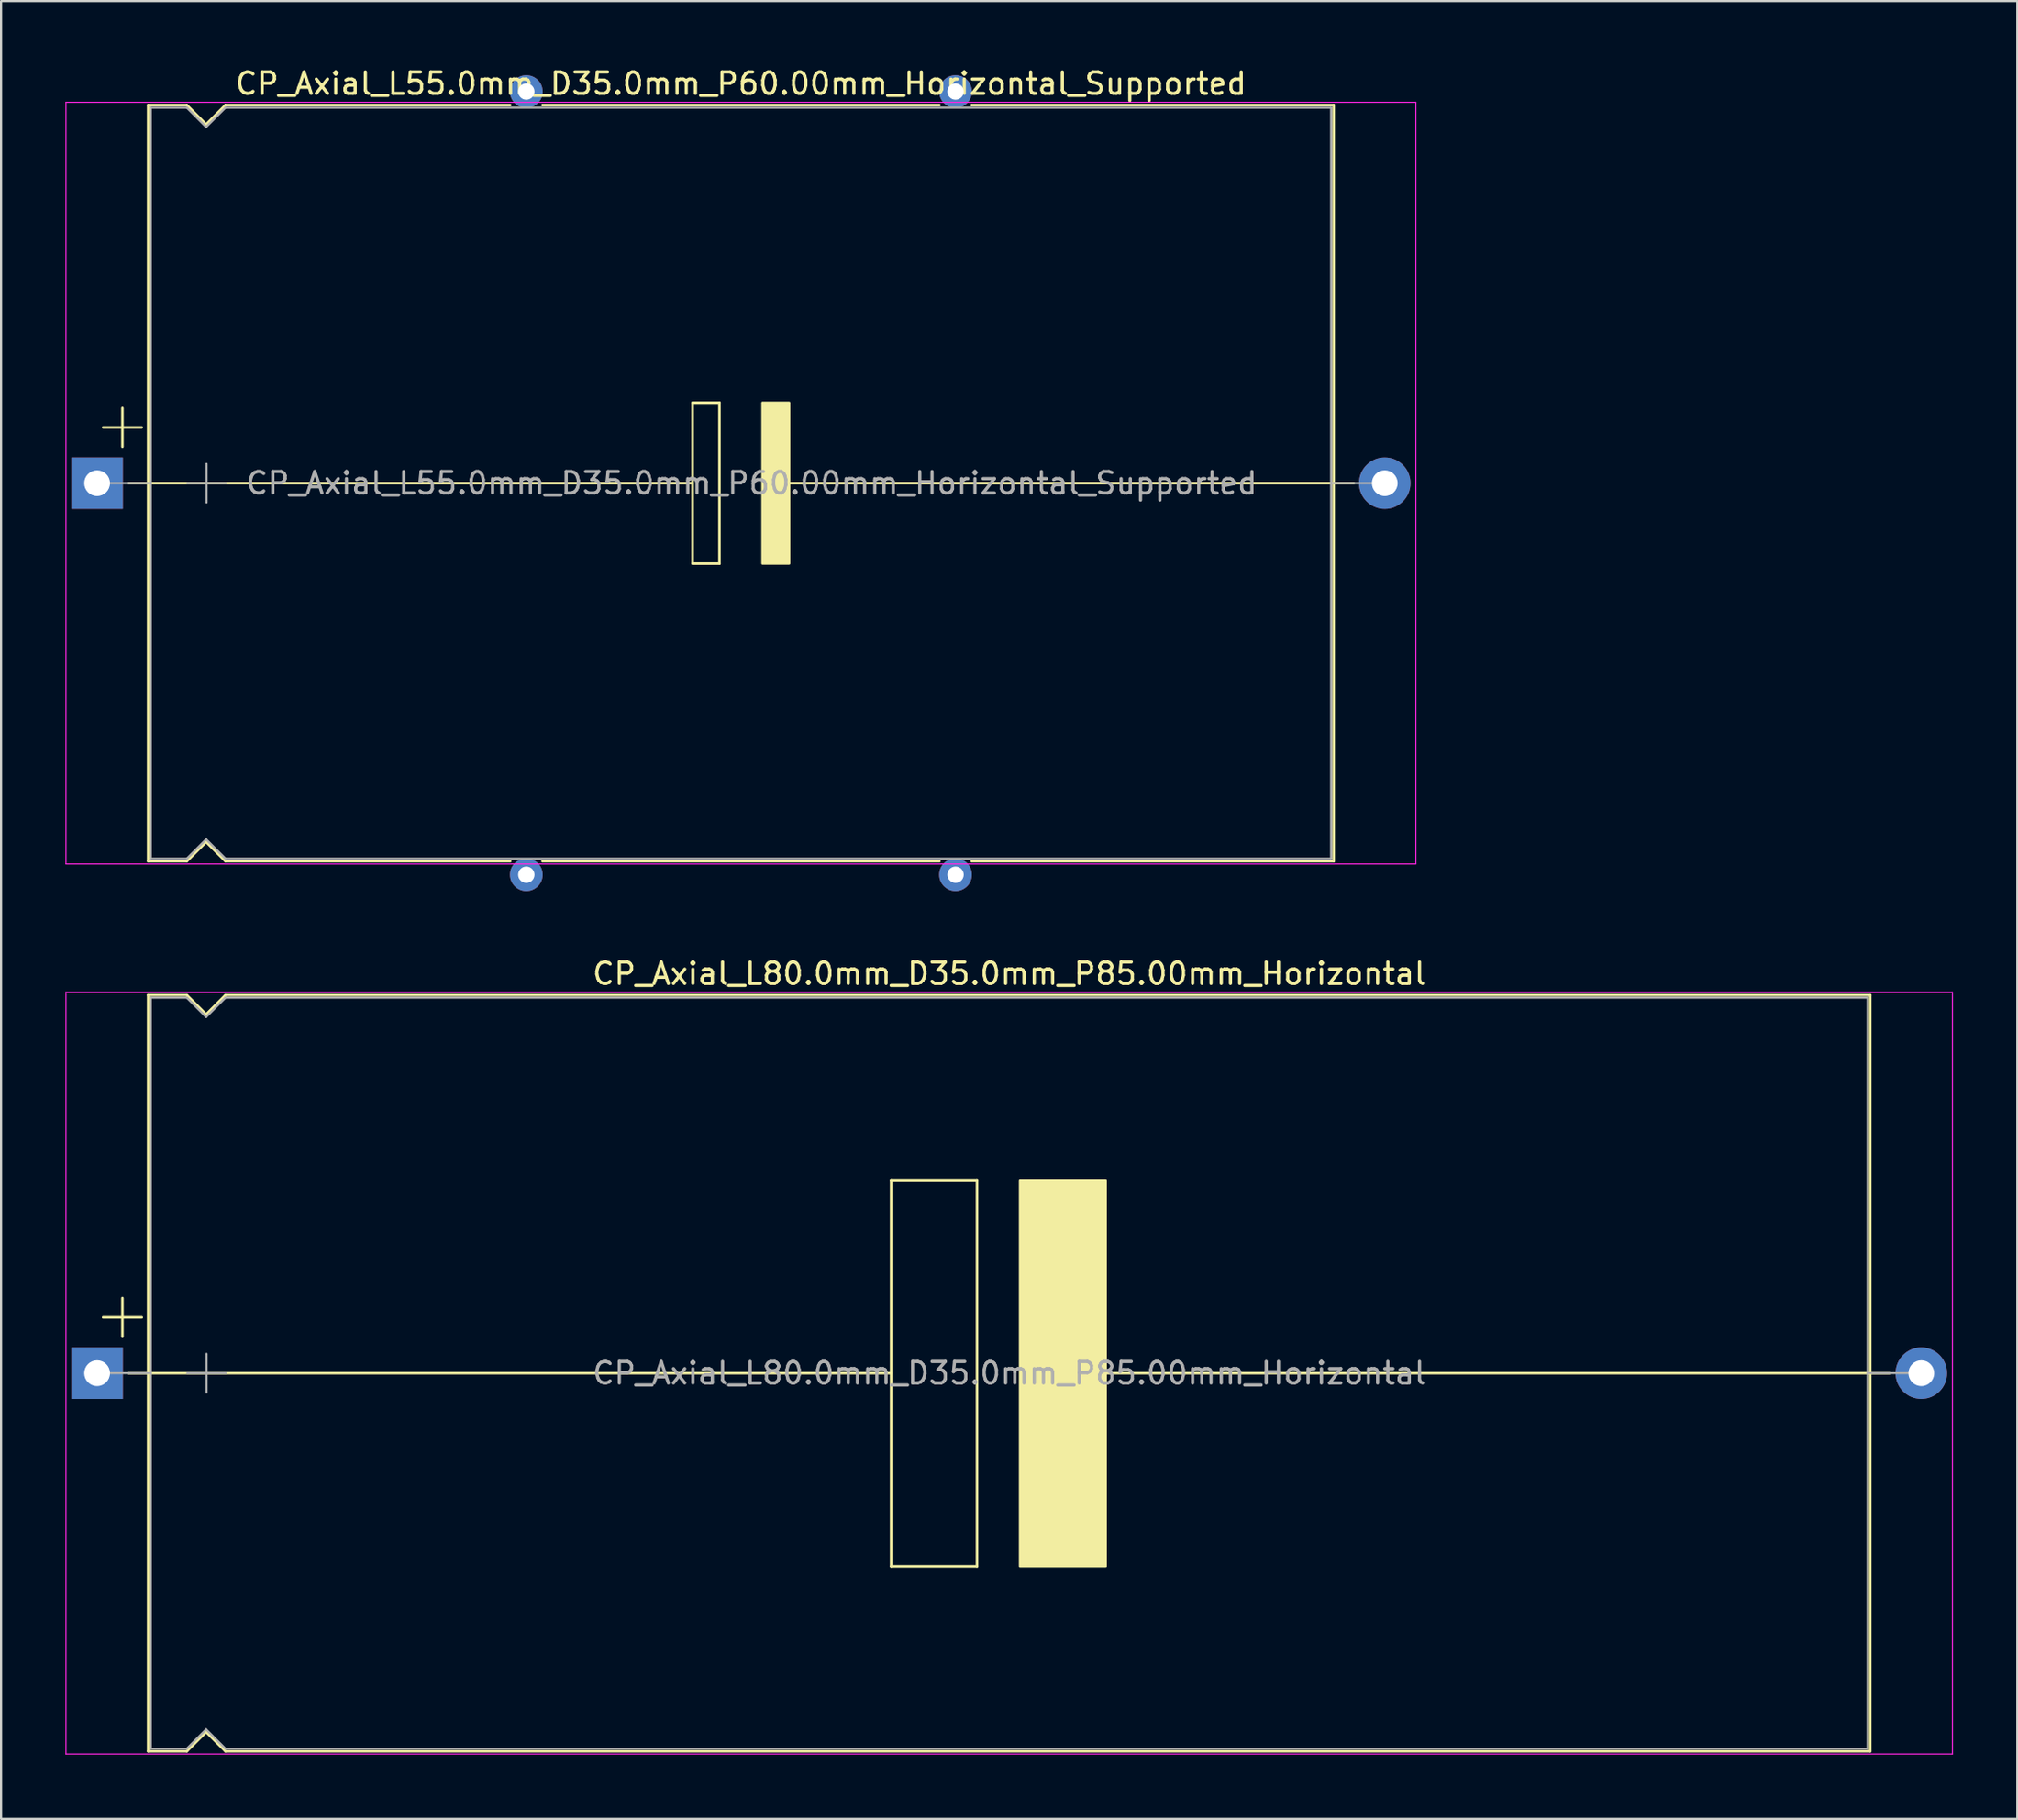
<source format=kicad_pcb>
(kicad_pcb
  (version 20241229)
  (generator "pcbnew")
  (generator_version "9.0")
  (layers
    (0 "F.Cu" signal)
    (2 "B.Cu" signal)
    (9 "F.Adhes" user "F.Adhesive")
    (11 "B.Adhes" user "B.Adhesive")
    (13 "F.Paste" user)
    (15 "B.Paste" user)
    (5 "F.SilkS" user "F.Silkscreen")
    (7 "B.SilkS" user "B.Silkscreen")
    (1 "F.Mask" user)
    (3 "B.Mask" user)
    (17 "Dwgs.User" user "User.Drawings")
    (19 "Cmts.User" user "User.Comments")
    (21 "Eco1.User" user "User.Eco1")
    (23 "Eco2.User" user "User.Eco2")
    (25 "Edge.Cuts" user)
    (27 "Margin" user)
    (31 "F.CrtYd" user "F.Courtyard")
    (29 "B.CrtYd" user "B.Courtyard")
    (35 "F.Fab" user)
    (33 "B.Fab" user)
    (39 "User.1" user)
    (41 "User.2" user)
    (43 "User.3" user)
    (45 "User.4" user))
  (footprint "CP_Axial_L80.0mm_D35.0mm_P85.00mm_Horizontal"
    (layer "F.Cu")
    (at 1.475 60.949)
    (property "Reference" "CP_Axial_L80.0mm_D35.0mm_P85.00mm_Horizontal" (at 42.5 -18.62 0) (layer "F.SilkS") (effects (font (size 1 1) (thickness 0.15))))
    (attr through_hole)
    (fp_line (start 0.28 -2.6) (end 2.08 -2.6) (stroke (width 0.12) (type solid)) (layer "F.SilkS"))
    (fp_line (start 1.18 -3.5) (end 1.18 -1.7) (stroke (width 0.12) (type solid)) (layer "F.SilkS"))
    (fp_line (start 1.44 0) (end 2.38 0) (stroke (width 0.12) (type solid)) (layer "F.SilkS"))
    (fp_line (start 2.38 -17.62) (end 2.38 17.62) (stroke (width 0.12) (type solid)) (layer "F.SilkS"))
    (fp_line (start 2.38 -17.62) (end 4.18 -17.62) (stroke (width 0.12) (type solid)) (layer "F.SilkS"))
    (fp_line (start 2.38 0) (end 37 0) (stroke (width 0.12) (type solid)) (layer "F.SilkS"))
    (fp_line (start 2.38 17.62) (end 4.18 17.62) (stroke (width 0.12) (type solid)) (layer "F.SilkS"))
    (fp_line (start 4.18 -17.62) (end 5.08 -16.72) (stroke (width 0.12) (type solid)) (layer "F.SilkS"))
    (fp_line (start 4.18 17.62) (end 5.08 16.72) (stroke (width 0.12) (type solid)) (layer "F.SilkS"))
    (fp_line (start 5.08 -16.72) (end 5.98 -17.62) (stroke (width 0.12) (type solid)) (layer "F.SilkS"))
    (fp_line (start 5.08 16.72) (end 5.98 17.62) (stroke (width 0.12) (type solid)) (layer "F.SilkS"))
    (fp_line (start 5.98 -17.62) (end 82.62 -17.62) (stroke (width 0.12) (type solid)) (layer "F.SilkS"))
    (fp_line (start 5.98 17.62) (end 82.62 17.62) (stroke (width 0.12) (type solid)) (layer "F.SilkS"))
    (fp_line (start 37 -9) (end 41 -9) (stroke (width 0.12) (type solid)) (layer "F.SilkS"))
    (fp_line (start 37 9) (end 37 -9) (stroke (width 0.12) (type solid)) (layer "F.SilkS"))
    (fp_line (start 41 -9) (end 41 9) (stroke (width 0.12) (type solid)) (layer "F.SilkS"))
    (fp_line (start 41 9) (end 37 9) (stroke (width 0.12) (type solid)) (layer "F.SilkS"))
    (fp_line (start 47 0) (end 82.62 0) (stroke (width 0.12) (type solid)) (layer "F.SilkS"))
    (fp_line (start 82.62 -17.62) (end 82.62 17.62) (stroke (width 0.12) (type solid)) (layer "F.SilkS"))
    (fp_line (start 83.56 0) (end 82.62 0) (stroke (width 0.12) (type solid)) (layer "F.SilkS"))
    (fp_poly (pts (xy 47 9) (xy 43 9) (xy 43 -9) (xy 47 -9)) (stroke (width 0.1) (type solid)) (fill yes) (layer "F.SilkS"))
    (fp_line (start -1.45 -17.75) (end -1.45 17.75) (stroke (width 0.05) (type solid)) (layer "F.CrtYd"))
    (fp_line (start -1.45 17.75) (end 86.45 17.75) (stroke (width 0.05) (type solid)) (layer "F.CrtYd"))
    (fp_line (start 86.45 -17.75) (end -1.45 -17.75) (stroke (width 0.05) (type solid)) (layer "F.CrtYd"))
    (fp_line (start 86.45 17.75) (end 86.45 -17.75) (stroke (width 0.05) (type solid)) (layer "F.CrtYd"))
    (fp_line (start 0 0) (end 2.5 0) (stroke (width 0.1) (type solid)) (layer "F.Fab"))
    (fp_line (start 2.5 -17.5) (end 2.5 17.5) (stroke (width 0.1) (type solid)) (layer "F.Fab"))
    (fp_line (start 2.5 -17.5) (end 4.18 -17.5) (stroke (width 0.1) (type solid)) (layer "F.Fab"))
    (fp_line (start 2.5 17.5) (end 4.18 17.5) (stroke (width 0.1) (type solid)) (layer "F.Fab"))
    (fp_line (start 4.18 -17.5) (end 5.08 -16.6) (stroke (width 0.1) (type solid)) (layer "F.Fab"))
    (fp_line (start 4.18 17.5) (end 5.08 16.6) (stroke (width 0.1) (type solid)) (layer "F.Fab"))
    (fp_line (start 4.2 0) (end 6 0) (stroke (width 0.1) (type solid)) (layer "F.Fab"))
    (fp_line (start 5.08 -16.6) (end 5.98 -17.5) (stroke (width 0.1) (type solid)) (layer "F.Fab"))
    (fp_line (start 5.08 16.6) (end 5.98 17.5) (stroke (width 0.1) (type solid)) (layer "F.Fab"))
    (fp_line (start 5.1 -0.9) (end 5.1 0.9) (stroke (width 0.1) (type solid)) (layer "F.Fab"))
    (fp_line (start 5.98 -17.5) (end 82.5 -17.5) (stroke (width 0.1) (type solid)) (layer "F.Fab"))
    (fp_line (start 5.98 17.5) (end 82.5 17.5) (stroke (width 0.1) (type solid)) (layer "F.Fab"))
    (fp_line (start 82.5 -17.5) (end 82.5 17.5) (stroke (width 0.1) (type solid)) (layer "F.Fab"))
    (fp_line (start 85 0) (end 82.5 0) (stroke (width 0.1) (type solid)) (layer "F.Fab"))
    (fp_text user "${REFERENCE}" (at 42.5 0 0) (layer "F.Fab") (effects (font (size 1 1) (thickness 0.15))))
    (pad "1" thru_hole rect (at 0 0) (size 2.4 2.4) (drill 1.2) (layers "*.Cu" "*.Mask"))
    (pad "2" thru_hole oval (at 85 0) (size 2.4 2.4) (drill 1.2) (layers "*.Cu" "*.Mask")))
  (footprint "CP_Axial_L55.0mm_D35.0mm_P60.00mm_Horizontal_Supported"
    (layer "F.Cu")
    (at 1.475 19.468)
    (property "Reference" "CP_Axial_L55.0mm_D35.0mm_P60.00mm_Horizontal_Supported" (at 30 -18.62 0) (layer "F.SilkS") (effects (font (size 1 1) (thickness 0.15))))
    (attr through_hole)
    (fp_line (start 0.28 -2.6) (end 2.08 -2.6) (stroke (width 0.12) (type solid)) (layer "F.SilkS"))
    (fp_line (start 1.18 -3.5) (end 1.18 -1.7) (stroke (width 0.12) (type solid)) (layer "F.SilkS"))
    (fp_line (start 1.44 0) (end 2.38 0) (stroke (width 0.12) (type solid)) (layer "F.SilkS"))
    (fp_line (start 2.38 -17.62) (end 2.38 17.62) (stroke (width 0.12) (type solid)) (layer "F.SilkS"))
    (fp_line (start 2.38 -17.62) (end 4.18 -17.62) (stroke (width 0.12) (type solid)) (layer "F.SilkS"))
    (fp_line (start 2.38 0) (end 27.75 0) (stroke (width 0.12) (type solid)) (layer "F.SilkS"))
    (fp_line (start 2.38 17.62) (end 4.18 17.62) (stroke (width 0.12) (type solid)) (layer "F.SilkS"))
    (fp_line (start 4.18 -17.62) (end 5.08 -16.72) (stroke (width 0.12) (type solid)) (layer "F.SilkS"))
    (fp_line (start 4.18 17.62) (end 5.08 16.72) (stroke (width 0.12) (type solid)) (layer "F.SilkS"))
    (fp_line (start 5.08 -16.72) (end 5.98 -17.62) (stroke (width 0.12) (type solid)) (layer "F.SilkS"))
    (fp_line (start 5.08 16.72) (end 5.98 17.62) (stroke (width 0.12) (type solid)) (layer "F.SilkS"))
    (fp_line (start 5.98 -17.62) (end 19.25 -17.62) (stroke (width 0.12) (type solid)) (layer "F.SilkS"))
    (fp_line (start 5.98 17.62) (end 19.25 17.62) (stroke (width 0.12) (type solid)) (layer "F.SilkS"))
    (fp_line (start 20.75 -17.62) (end 39.25 -17.62) (stroke (width 0.12) (type solid)) (layer "F.SilkS"))
    (fp_line (start 20.75 17.62) (end 39.25 17.62) (stroke (width 0.12) (type solid)) (layer "F.SilkS"))
    (fp_line (start 27.75 -3.75) (end 29 -3.75) (stroke (width 0.12) (type solid)) (layer "F.SilkS"))
    (fp_line (start 27.75 0) (end 27.75 -3.75) (stroke (width 0.12) (type solid)) (layer "F.SilkS"))
    (fp_line (start 27.75 3.75) (end 27.75 0) (stroke (width 0.12) (type solid)) (layer "F.SilkS"))
    (fp_line (start 29 -3.75) (end 29 3.75) (stroke (width 0.12) (type solid)) (layer "F.SilkS"))
    (fp_line (start 29 3.75) (end 27.75 3.75) (stroke (width 0.12) (type solid)) (layer "F.SilkS"))
    (fp_line (start 31.75 0) (end 57.62 0) (stroke (width 0.12) (type solid)) (layer "F.SilkS"))
    (fp_line (start 40.75 -17.62) (end 57.62 -17.62) (stroke (width 0.12) (type solid)) (layer "F.SilkS"))
    (fp_line (start 40.75 17.62) (end 57.62 17.62) (stroke (width 0.12) (type solid)) (layer "F.SilkS"))
    (fp_line (start 57.62 -17.62) (end 57.62 17.62) (stroke (width 0.12) (type solid)) (layer "F.SilkS"))
    (fp_line (start 58.56 0) (end 57.62 0) (stroke (width 0.12) (type solid)) (layer "F.SilkS"))
    (fp_poly (pts (xy 32.25 3.75) (xy 31 3.75) (xy 31 -3.75) (xy 32.25 -3.75)) (stroke (width 0.1) (type solid)) (fill yes) (layer "F.SilkS"))
    (fp_line (start -1.45 -17.75) (end -1.45 17.75) (stroke (width 0.05) (type solid)) (layer "F.CrtYd"))
    (fp_line (start -1.45 17.75) (end 61.45 17.75) (stroke (width 0.05) (type solid)) (layer "F.CrtYd"))
    (fp_line (start 61.45 -17.75) (end -1.45 -17.75) (stroke (width 0.05) (type solid)) (layer "F.CrtYd"))
    (fp_line (start 61.45 17.75) (end 61.45 -17.75) (stroke (width 0.05) (type solid)) (layer "F.CrtYd"))
    (fp_line (start 0 0) (end 2.5 0) (stroke (width 0.1) (type solid)) (layer "F.Fab"))
    (fp_line (start 2.5 -17.5) (end 2.5 17.5) (stroke (width 0.1) (type solid)) (layer "F.Fab"))
    (fp_line (start 2.5 -17.5) (end 4.18 -17.5) (stroke (width 0.1) (type solid)) (layer "F.Fab"))
    (fp_line (start 2.5 17.5) (end 4.18 17.5) (stroke (width 0.1) (type solid)) (layer "F.Fab"))
    (fp_line (start 4.18 -17.5) (end 5.08 -16.6) (stroke (width 0.1) (type solid)) (layer "F.Fab"))
    (fp_line (start 4.18 17.5) (end 5.08 16.6) (stroke (width 0.1) (type solid)) (layer "F.Fab"))
    (fp_line (start 4.2 0) (end 6 0) (stroke (width 0.1) (type solid)) (layer "F.Fab"))
    (fp_line (start 5.08 -16.6) (end 5.98 -17.5) (stroke (width 0.1) (type solid)) (layer "F.Fab"))
    (fp_line (start 5.08 16.6) (end 5.98 17.5) (stroke (width 0.1) (type solid)) (layer "F.Fab"))
    (fp_line (start 5.1 -0.9) (end 5.1 0.9) (stroke (width 0.1) (type solid)) (layer "F.Fab"))
    (fp_line (start 5.98 -17.5) (end 57.5 -17.5) (stroke (width 0.1) (type solid)) (layer "F.Fab"))
    (fp_line (start 5.98 17.5) (end 57.5 17.5) (stroke (width 0.1) (type solid)) (layer "F.Fab"))
    (fp_line (start 57.5 -17.5) (end 57.5 17.5) (stroke (width 0.1) (type solid)) (layer "F.Fab"))
    (fp_line (start 60 0) (end 57.5 0) (stroke (width 0.1) (type solid)) (layer "F.Fab"))
    (fp_text user "${REFERENCE}" (at 30.5 0 0) (layer "F.Fab") (effects (font (size 1 1) (thickness 0.15))))
    (pad "" thru_hole circle (at 20 -18.25) (size 1.524 1.524) (drill 0.762) (layers "*.Cu" "*.Mask"))
    (pad "" thru_hole circle (at 20 18.25) (size 1.524 1.524) (drill 0.762) (layers "*.Cu" "*.Mask"))
    (pad "" thru_hole circle (at 40 -18.25) (size 1.524 1.524) (drill 0.762) (layers "*.Cu" "*.Mask"))
    (pad "" thru_hole circle (at 40 18.25) (size 1.524 1.524) (drill 0.762) (layers "*.Cu" "*.Mask"))
    (pad "1" thru_hole rect (at 0 0) (size 2.4 2.4) (drill 1.2) (layers "*.Cu" "*.Mask"))
    (pad "2" thru_hole oval (at 60 0) (size 2.4 2.4) (drill 1.2) (layers "*.Cu" "*.Mask")))
  (gr_rect
    (start -3 -3)
    (end 90.95 81.724)
    (stroke (width 0.1) (type default))
    (fill no)
    (layer "Edge.Cuts")))
</source>
